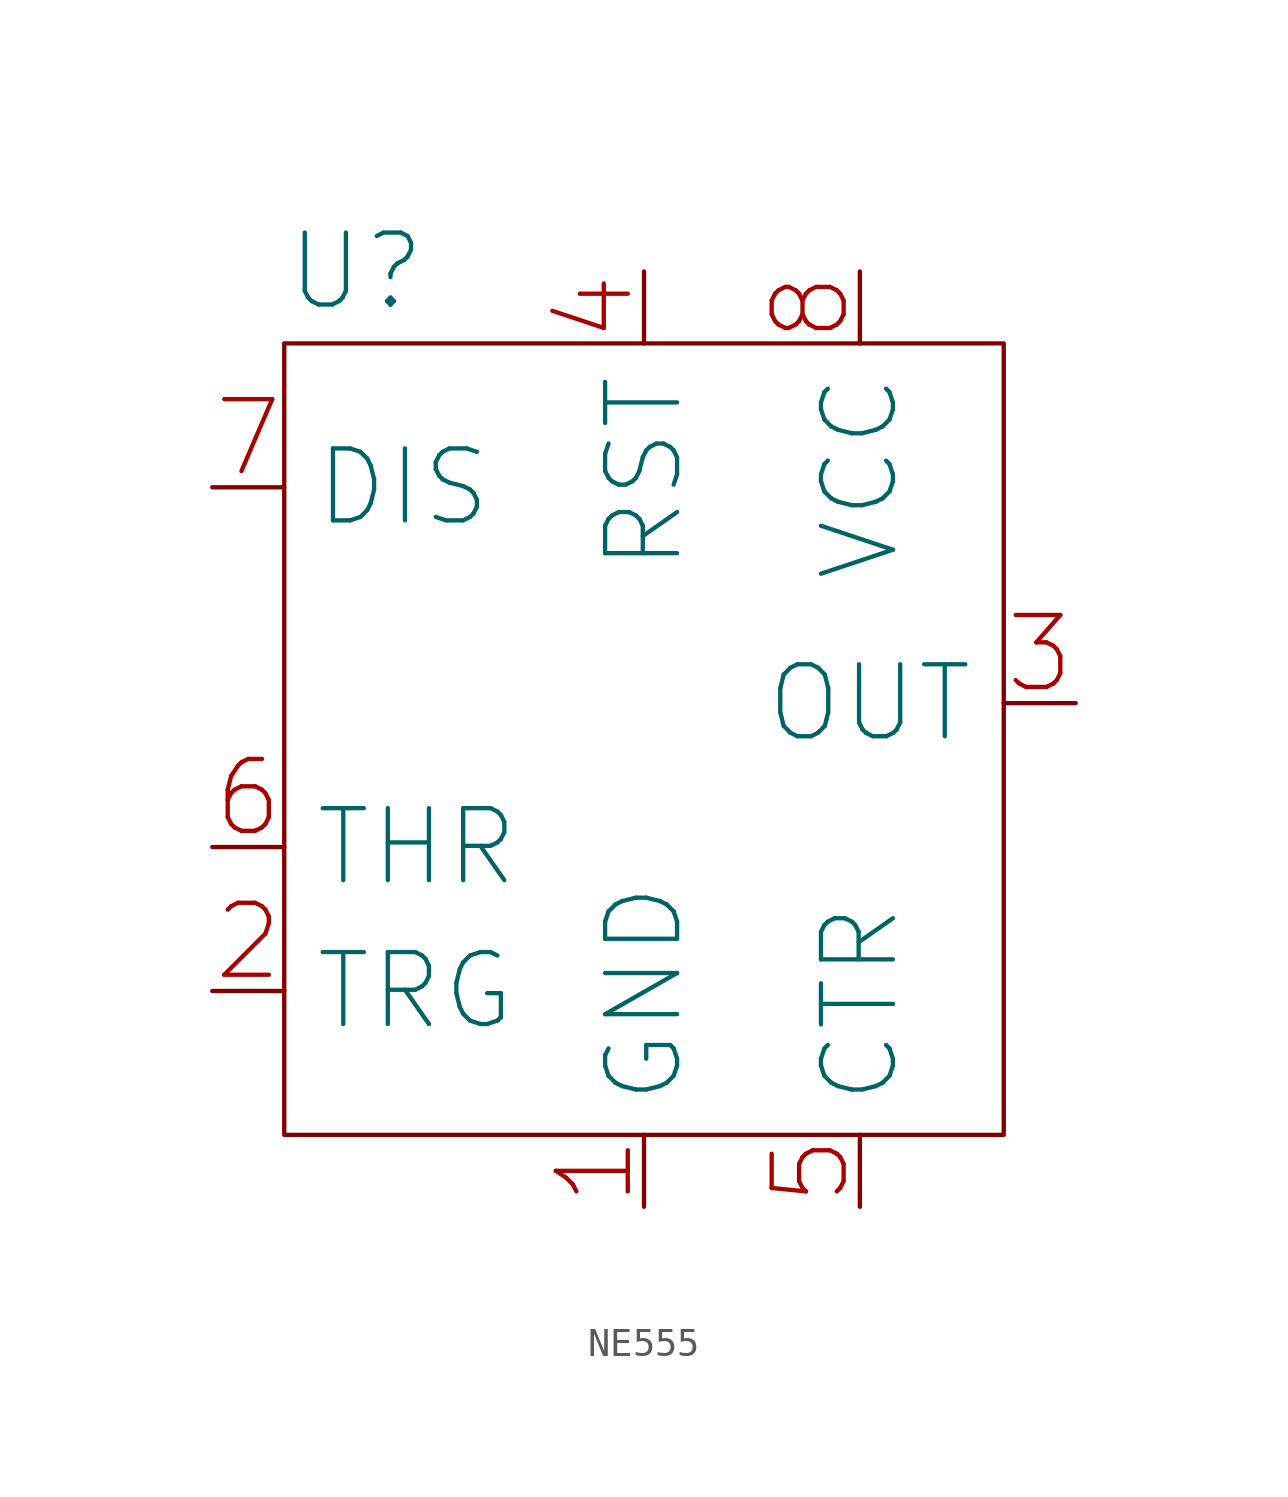
<source format=kicad_sym>
(kicad_symbol_lib
  (version 20211014)
  (generator kicad_symbol_editor)
  (symbol "NE555"
    (pin_names
      (offset 1.016))
    (property "Reference" "U"
      (at 5.08 0 0)
      (effects (font (size 2.54 2.54))))
    (symbol "NE555_0_1"
      (rectangle (start 2.54 -2.54) (end 27.94 -30.48) (stroke (width 0) (type default) (color 0 0 0 0)) (fill (type none))))
    (symbol "NE555_1_1"
      (pin input line (at 15.24 -33.02 90) (length 2.54) (name "GND" (effects (font (size 2.54 2.54)))) (number "1" (effects (font (size 2.54 2.54)))))
      (pin input line (at 0 -25.4 0) (length 2.54) (name "TRG" (effects (font (size 2.54 2.54)))) (number "2" (effects (font (size 2.54 2.54)))))
      (pin input line (at 30.48 -15.24 180) (length 2.54) (name "OUT" (effects (font (size 2.54 2.54)))) (number "3" (effects (font (size 2.54 2.54)))))
      (pin input line (at 15.24 0 270) (length 2.54) (name "RST" (effects (font (size 2.54 2.54)))) (number "4" (effects (font (size 2.54 2.54)))))
      (pin input line (at 22.86 -33.02 90) (length 2.54) (name "CTR" (effects (font (size 2.54 2.54)))) (number "5" (effects (font (size 2.54 2.54)))))
      (pin input line (at 0 -20.32 0) (length 2.54) (name "THR" (effects (font (size 2.54 2.54)))) (number "6" (effects (font (size 2.54 2.54)))))
      (pin input line (at 0 -7.62 0) (length 2.54) (name "DIS" (effects (font (size 2.54 2.54)))) (number "7" (effects (font (size 2.54 2.54)))))
      (pin input line (at 22.86 0 270) (length 2.54) (name "VCC" (effects (font (size 2.54 2.54)))) (number "8" (effects (font (size 2.54 2.54))))))))
</source>
